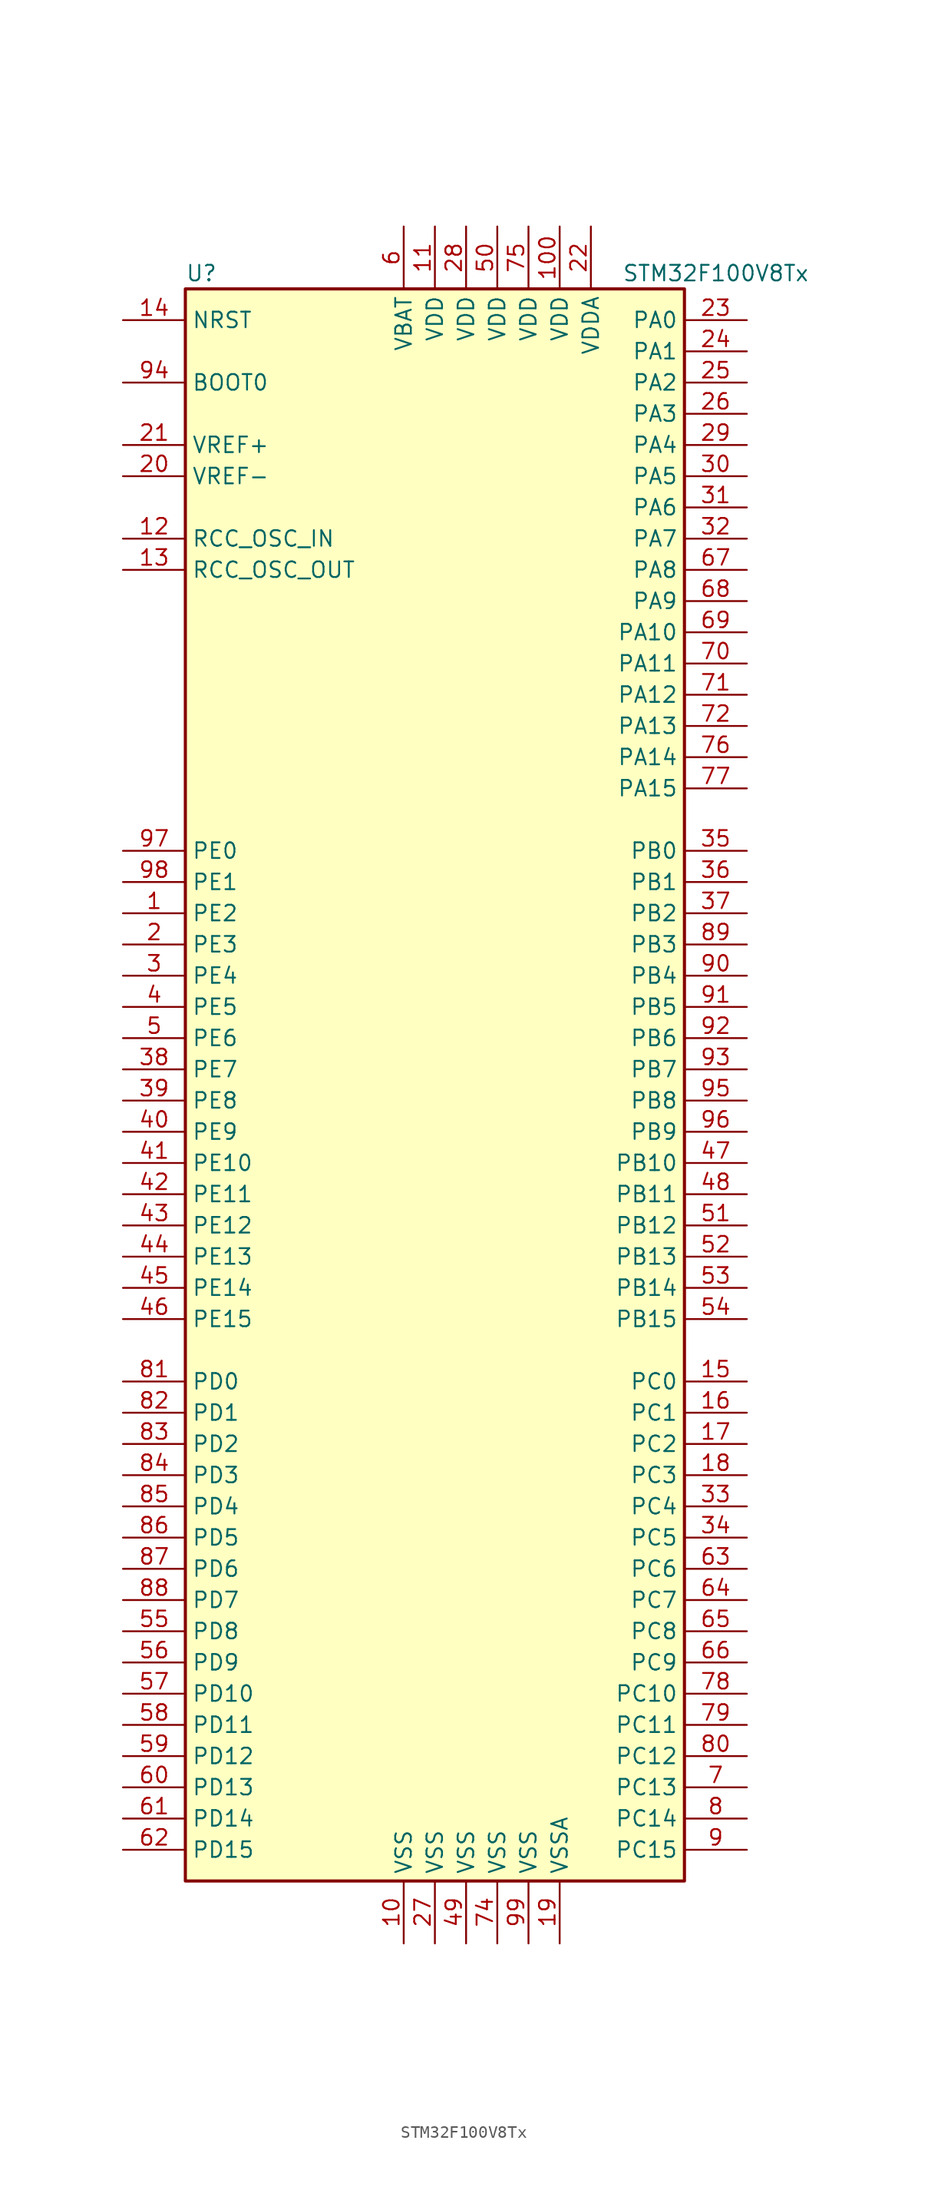
<source format=kicad_sym>
(kicad_symbol_lib
  (version 20201005)
  (generator kicad_symbol_editor)
  (symbol "STM32F100V8Tx"
    (property "Reference" "U"
      (at -20.32 64.77 0)
      (effects (font (size 1.27 1.27)) (justify left)))
    (property "Value" "STM32F100V8Tx"
      (at 15.24 64.77 0)
      (effects (font (size 1.27 1.27)) (justify left)))
    (symbol "STM32F100V8Tx_0_1"
      (rectangle (start -20.32 -66.04) (end 20.32 63.5) (stroke (width 0.254)) (fill (type background))))
    (symbol "STM32F100V8Tx_1_1"
      (pin bidirectional line (at -25.4 12.7 0) (length 5.08) (name "PE2" (effects (font (size 1.27 1.27)))) (number "1" (effects (font (size 1.27 1.27)))))
      (pin power_in line (at -2.54 -71.12 90) (length 5.08) (name "VSS" (effects (font (size 1.27 1.27)))) (number "10" (effects (font (size 1.27 1.27)))))
      (pin power_in line (at 10.16 68.58 270) (length 5.08) (name "VDD" (effects (font (size 1.27 1.27)))) (number "100" (effects (font (size 1.27 1.27)))))
      (pin power_in line (at 0 68.58 270) (length 5.08) (name "VDD" (effects (font (size 1.27 1.27)))) (number "11" (effects (font (size 1.27 1.27)))))
      (pin input line (at -25.4 43.18 0) (length 5.08) (name "RCC_OSC_IN" (effects (font (size 1.27 1.27)))) (number "12" (effects (font (size 1.27 1.27)))))
      (pin input line (at -25.4 40.64 0) (length 5.08) (name "RCC_OSC_OUT" (effects (font (size 1.27 1.27)))) (number "13" (effects (font (size 1.27 1.27)))))
      (pin input line (at -25.4 60.96 0) (length 5.08) (name "NRST" (effects (font (size 1.27 1.27)))) (number "14" (effects (font (size 1.27 1.27)))))
      (pin bidirectional line (at 25.4 -25.4 180) (length 5.08) (name "PC0" (effects (font (size 1.27 1.27)))) (number "15" (effects (font (size 1.27 1.27)))))
      (pin bidirectional line (at 25.4 -27.94 180) (length 5.08) (name "PC1" (effects (font (size 1.27 1.27)))) (number "16" (effects (font (size 1.27 1.27)))))
      (pin bidirectional line (at 25.4 -30.48 180) (length 5.08) (name "PC2" (effects (font (size 1.27 1.27)))) (number "17" (effects (font (size 1.27 1.27)))))
      (pin bidirectional line (at 25.4 -33.02 180) (length 5.08) (name "PC3" (effects (font (size 1.27 1.27)))) (number "18" (effects (font (size 1.27 1.27)))))
      (pin power_in line (at 10.16 -71.12 90) (length 5.08) (name "VSSA" (effects (font (size 1.27 1.27)))) (number "19" (effects (font (size 1.27 1.27)))))
      (pin bidirectional line (at -25.4 10.16 0) (length 5.08) (name "PE3" (effects (font (size 1.27 1.27)))) (number "2" (effects (font (size 1.27 1.27)))))
      (pin power_in line (at -25.4 48.26 0) (length 5.08) (name "VREF-" (effects (font (size 1.27 1.27)))) (number "20" (effects (font (size 1.27 1.27)))))
      (pin power_in line (at -25.4 50.8 0) (length 5.08) (name "VREF+" (effects (font (size 1.27 1.27)))) (number "21" (effects (font (size 1.27 1.27)))))
      (pin power_in line (at 12.7 68.58 270) (length 5.08) (name "VDDA" (effects (font (size 1.27 1.27)))) (number "22" (effects (font (size 1.27 1.27)))))
      (pin bidirectional line (at 25.4 60.96 180) (length 5.08) (name "PA0" (effects (font (size 1.27 1.27)))) (number "23" (effects (font (size 1.27 1.27)))))
      (pin bidirectional line (at 25.4 58.42 180) (length 5.08) (name "PA1" (effects (font (size 1.27 1.27)))) (number "24" (effects (font (size 1.27 1.27)))))
      (pin bidirectional line (at 25.4 55.88 180) (length 5.08) (name "PA2" (effects (font (size 1.27 1.27)))) (number "25" (effects (font (size 1.27 1.27)))))
      (pin bidirectional line (at 25.4 53.34 180) (length 5.08) (name "PA3" (effects (font (size 1.27 1.27)))) (number "26" (effects (font (size 1.27 1.27)))))
      (pin power_in line (at 0 -71.12 90) (length 5.08) (name "VSS" (effects (font (size 1.27 1.27)))) (number "27" (effects (font (size 1.27 1.27)))))
      (pin power_in line (at 2.54 68.58 270) (length 5.08) (name "VDD" (effects (font (size 1.27 1.27)))) (number "28" (effects (font (size 1.27 1.27)))))
      (pin bidirectional line (at 25.4 50.8 180) (length 5.08) (name "PA4" (effects (font (size 1.27 1.27)))) (number "29" (effects (font (size 1.27 1.27)))))
      (pin bidirectional line (at -25.4 7.62 0) (length 5.08) (name "PE4" (effects (font (size 1.27 1.27)))) (number "3" (effects (font (size 1.27 1.27)))))
      (pin bidirectional line (at 25.4 48.26 180) (length 5.08) (name "PA5" (effects (font (size 1.27 1.27)))) (number "30" (effects (font (size 1.27 1.27)))))
      (pin bidirectional line (at 25.4 45.72 180) (length 5.08) (name "PA6" (effects (font (size 1.27 1.27)))) (number "31" (effects (font (size 1.27 1.27)))))
      (pin bidirectional line (at 25.4 43.18 180) (length 5.08) (name "PA7" (effects (font (size 1.27 1.27)))) (number "32" (effects (font (size 1.27 1.27)))))
      (pin bidirectional line (at 25.4 -35.56 180) (length 5.08) (name "PC4" (effects (font (size 1.27 1.27)))) (number "33" (effects (font (size 1.27 1.27)))))
      (pin bidirectional line (at 25.4 -38.1 180) (length 5.08) (name "PC5" (effects (font (size 1.27 1.27)))) (number "34" (effects (font (size 1.27 1.27)))))
      (pin bidirectional line (at 25.4 17.78 180) (length 5.08) (name "PB0" (effects (font (size 1.27 1.27)))) (number "35" (effects (font (size 1.27 1.27)))))
      (pin bidirectional line (at 25.4 15.24 180) (length 5.08) (name "PB1" (effects (font (size 1.27 1.27)))) (number "36" (effects (font (size 1.27 1.27)))))
      (pin bidirectional line (at 25.4 12.7 180) (length 5.08) (name "PB2" (effects (font (size 1.27 1.27)))) (number "37" (effects (font (size 1.27 1.27)))))
      (pin bidirectional line (at -25.4 0 0) (length 5.08) (name "PE7" (effects (font (size 1.27 1.27)))) (number "38" (effects (font (size 1.27 1.27)))))
      (pin bidirectional line (at -25.4 -2.54 0) (length 5.08) (name "PE8" (effects (font (size 1.27 1.27)))) (number "39" (effects (font (size 1.27 1.27)))))
      (pin bidirectional line (at -25.4 5.08 0) (length 5.08) (name "PE5" (effects (font (size 1.27 1.27)))) (number "4" (effects (font (size 1.27 1.27)))))
      (pin bidirectional line (at -25.4 -5.08 0) (length 5.08) (name "PE9" (effects (font (size 1.27 1.27)))) (number "40" (effects (font (size 1.27 1.27)))))
      (pin bidirectional line (at -25.4 -7.62 0) (length 5.08) (name "PE10" (effects (font (size 1.27 1.27)))) (number "41" (effects (font (size 1.27 1.27)))))
      (pin bidirectional line (at -25.4 -10.16 0) (length 5.08) (name "PE11" (effects (font (size 1.27 1.27)))) (number "42" (effects (font (size 1.27 1.27)))))
      (pin bidirectional line (at -25.4 -12.7 0) (length 5.08) (name "PE12" (effects (font (size 1.27 1.27)))) (number "43" (effects (font (size 1.27 1.27)))))
      (pin bidirectional line (at -25.4 -15.24 0) (length 5.08) (name "PE13" (effects (font (size 1.27 1.27)))) (number "44" (effects (font (size 1.27 1.27)))))
      (pin bidirectional line (at -25.4 -17.78 0) (length 5.08) (name "PE14" (effects (font (size 1.27 1.27)))) (number "45" (effects (font (size 1.27 1.27)))))
      (pin bidirectional line (at -25.4 -20.32 0) (length 5.08) (name "PE15" (effects (font (size 1.27 1.27)))) (number "46" (effects (font (size 1.27 1.27)))))
      (pin bidirectional line (at 25.4 -7.62 180) (length 5.08) (name "PB10" (effects (font (size 1.27 1.27)))) (number "47" (effects (font (size 1.27 1.27)))))
      (pin bidirectional line (at 25.4 -10.16 180) (length 5.08) (name "PB11" (effects (font (size 1.27 1.27)))) (number "48" (effects (font (size 1.27 1.27)))))
      (pin power_in line (at 2.54 -71.12 90) (length 5.08) (name "VSS" (effects (font (size 1.27 1.27)))) (number "49" (effects (font (size 1.27 1.27)))))
      (pin bidirectional line (at -25.4 2.54 0) (length 5.08) (name "PE6" (effects (font (size 1.27 1.27)))) (number "5" (effects (font (size 1.27 1.27)))))
      (pin power_in line (at 5.08 68.58 270) (length 5.08) (name "VDD" (effects (font (size 1.27 1.27)))) (number "50" (effects (font (size 1.27 1.27)))))
      (pin bidirectional line (at 25.4 -12.7 180) (length 5.08) (name "PB12" (effects (font (size 1.27 1.27)))) (number "51" (effects (font (size 1.27 1.27)))))
      (pin bidirectional line (at 25.4 -15.24 180) (length 5.08) (name "PB13" (effects (font (size 1.27 1.27)))) (number "52" (effects (font (size 1.27 1.27)))))
      (pin bidirectional line (at 25.4 -17.78 180) (length 5.08) (name "PB14" (effects (font (size 1.27 1.27)))) (number "53" (effects (font (size 1.27 1.27)))))
      (pin bidirectional line (at 25.4 -20.32 180) (length 5.08) (name "PB15" (effects (font (size 1.27 1.27)))) (number "54" (effects (font (size 1.27 1.27)))))
      (pin bidirectional line (at -25.4 -45.72 0) (length 5.08) (name "PD8" (effects (font (size 1.27 1.27)))) (number "55" (effects (font (size 1.27 1.27)))))
      (pin bidirectional line (at -25.4 -48.26 0) (length 5.08) (name "PD9" (effects (font (size 1.27 1.27)))) (number "56" (effects (font (size 1.27 1.27)))))
      (pin bidirectional line (at -25.4 -50.8 0) (length 5.08) (name "PD10" (effects (font (size 1.27 1.27)))) (number "57" (effects (font (size 1.27 1.27)))))
      (pin bidirectional line (at -25.4 -53.34 0) (length 5.08) (name "PD11" (effects (font (size 1.27 1.27)))) (number "58" (effects (font (size 1.27 1.27)))))
      (pin bidirectional line (at -25.4 -55.88 0) (length 5.08) (name "PD12" (effects (font (size 1.27 1.27)))) (number "59" (effects (font (size 1.27 1.27)))))
      (pin power_in line (at -2.54 68.58 270) (length 5.08) (name "VBAT" (effects (font (size 1.27 1.27)))) (number "6" (effects (font (size 1.27 1.27)))))
      (pin bidirectional line (at -25.4 -58.42 0) (length 5.08) (name "PD13" (effects (font (size 1.27 1.27)))) (number "60" (effects (font (size 1.27 1.27)))))
      (pin bidirectional line (at -25.4 -60.96 0) (length 5.08) (name "PD14" (effects (font (size 1.27 1.27)))) (number "61" (effects (font (size 1.27 1.27)))))
      (pin bidirectional line (at -25.4 -63.5 0) (length 5.08) (name "PD15" (effects (font (size 1.27 1.27)))) (number "62" (effects (font (size 1.27 1.27)))))
      (pin bidirectional line (at 25.4 -40.64 180) (length 5.08) (name "PC6" (effects (font (size 1.27 1.27)))) (number "63" (effects (font (size 1.27 1.27)))))
      (pin bidirectional line (at 25.4 -43.18 180) (length 5.08) (name "PC7" (effects (font (size 1.27 1.27)))) (number "64" (effects (font (size 1.27 1.27)))))
      (pin bidirectional line (at 25.4 -45.72 180) (length 5.08) (name "PC8" (effects (font (size 1.27 1.27)))) (number "65" (effects (font (size 1.27 1.27)))))
      (pin bidirectional line (at 25.4 -48.26 180) (length 5.08) (name "PC9" (effects (font (size 1.27 1.27)))) (number "66" (effects (font (size 1.27 1.27)))))
      (pin bidirectional line (at 25.4 40.64 180) (length 5.08) (name "PA8" (effects (font (size 1.27 1.27)))) (number "67" (effects (font (size 1.27 1.27)))))
      (pin bidirectional line (at 25.4 38.1 180) (length 5.08) (name "PA9" (effects (font (size 1.27 1.27)))) (number "68" (effects (font (size 1.27 1.27)))))
      (pin bidirectional line (at 25.4 35.56 180) (length 5.08) (name "PA10" (effects (font (size 1.27 1.27)))) (number "69" (effects (font (size 1.27 1.27)))))
      (pin bidirectional line (at 25.4 -58.42 180) (length 5.08) (name "PC13" (effects (font (size 1.27 1.27)))) (number "7" (effects (font (size 1.27 1.27)))))
      (pin bidirectional line (at 25.4 33.02 180) (length 5.08) (name "PA11" (effects (font (size 1.27 1.27)))) (number "70" (effects (font (size 1.27 1.27)))))
      (pin bidirectional line (at 25.4 30.48 180) (length 5.08) (name "PA12" (effects (font (size 1.27 1.27)))) (number "71" (effects (font (size 1.27 1.27)))))
      (pin bidirectional line (at 25.4 27.94 180) (length 5.08) (name "PA13" (effects (font (size 1.27 1.27)))) (number "72" (effects (font (size 1.27 1.27)))))
      (pin no_connect line (at -20.32 -63.5 0) (length 5.08) hide (name "NC" (effects (font (size 1.27 1.27)))) (number "73" (effects (font (size 1.27 1.27)))))
      (pin power_in line (at 5.08 -71.12 90) (length 5.08) (name "VSS" (effects (font (size 1.27 1.27)))) (number "74" (effects (font (size 1.27 1.27)))))
      (pin power_in line (at 7.62 68.58 270) (length 5.08) (name "VDD" (effects (font (size 1.27 1.27)))) (number "75" (effects (font (size 1.27 1.27)))))
      (pin bidirectional line (at 25.4 25.4 180) (length 5.08) (name "PA14" (effects (font (size 1.27 1.27)))) (number "76" (effects (font (size 1.27 1.27)))))
      (pin bidirectional line (at 25.4 22.86 180) (length 5.08) (name "PA15" (effects (font (size 1.27 1.27)))) (number "77" (effects (font (size 1.27 1.27)))))
      (pin bidirectional line (at 25.4 -50.8 180) (length 5.08) (name "PC10" (effects (font (size 1.27 1.27)))) (number "78" (effects (font (size 1.27 1.27)))))
      (pin bidirectional line (at 25.4 -53.34 180) (length 5.08) (name "PC11" (effects (font (size 1.27 1.27)))) (number "79" (effects (font (size 1.27 1.27)))))
      (pin bidirectional line (at 25.4 -60.96 180) (length 5.08) (name "PC14" (effects (font (size 1.27 1.27)))) (number "8" (effects (font (size 1.27 1.27)))))
      (pin bidirectional line (at 25.4 -55.88 180) (length 5.08) (name "PC12" (effects (font (size 1.27 1.27)))) (number "80" (effects (font (size 1.27 1.27)))))
      (pin bidirectional line (at -25.4 -25.4 0) (length 5.08) (name "PD0" (effects (font (size 1.27 1.27)))) (number "81" (effects (font (size 1.27 1.27)))))
      (pin bidirectional line (at -25.4 -27.94 0) (length 5.08) (name "PD1" (effects (font (size 1.27 1.27)))) (number "82" (effects (font (size 1.27 1.27)))))
      (pin bidirectional line (at -25.4 -30.48 0) (length 5.08) (name "PD2" (effects (font (size 1.27 1.27)))) (number "83" (effects (font (size 1.27 1.27)))))
      (pin bidirectional line (at -25.4 -33.02 0) (length 5.08) (name "PD3" (effects (font (size 1.27 1.27)))) (number "84" (effects (font (size 1.27 1.27)))))
      (pin bidirectional line (at -25.4 -35.56 0) (length 5.08) (name "PD4" (effects (font (size 1.27 1.27)))) (number "85" (effects (font (size 1.27 1.27)))))
      (pin bidirectional line (at -25.4 -38.1 0) (length 5.08) (name "PD5" (effects (font (size 1.27 1.27)))) (number "86" (effects (font (size 1.27 1.27)))))
      (pin bidirectional line (at -25.4 -40.64 0) (length 5.08) (name "PD6" (effects (font (size 1.27 1.27)))) (number "87" (effects (font (size 1.27 1.27)))))
      (pin bidirectional line (at -25.4 -43.18 0) (length 5.08) (name "PD7" (effects (font (size 1.27 1.27)))) (number "88" (effects (font (size 1.27 1.27)))))
      (pin bidirectional line (at 25.4 10.16 180) (length 5.08) (name "PB3" (effects (font (size 1.27 1.27)))) (number "89" (effects (font (size 1.27 1.27)))))
      (pin bidirectional line (at 25.4 -63.5 180) (length 5.08) (name "PC15" (effects (font (size 1.27 1.27)))) (number "9" (effects (font (size 1.27 1.27)))))
      (pin bidirectional line (at 25.4 7.62 180) (length 5.08) (name "PB4" (effects (font (size 1.27 1.27)))) (number "90" (effects (font (size 1.27 1.27)))))
      (pin bidirectional line (at 25.4 5.08 180) (length 5.08) (name "PB5" (effects (font (size 1.27 1.27)))) (number "91" (effects (font (size 1.27 1.27)))))
      (pin bidirectional line (at 25.4 2.54 180) (length 5.08) (name "PB6" (effects (font (size 1.27 1.27)))) (number "92" (effects (font (size 1.27 1.27)))))
      (pin bidirectional line (at 25.4 0 180) (length 5.08) (name "PB7" (effects (font (size 1.27 1.27)))) (number "93" (effects (font (size 1.27 1.27)))))
      (pin input line (at -25.4 55.88 0) (length 5.08) (name "BOOT0" (effects (font (size 1.27 1.27)))) (number "94" (effects (font (size 1.27 1.27)))))
      (pin bidirectional line (at 25.4 -2.54 180) (length 5.08) (name "PB8" (effects (font (size 1.27 1.27)))) (number "95" (effects (font (size 1.27 1.27)))))
      (pin bidirectional line (at 25.4 -5.08 180) (length 5.08) (name "PB9" (effects (font (size 1.27 1.27)))) (number "96" (effects (font (size 1.27 1.27)))))
      (pin bidirectional line (at -25.4 17.78 0) (length 5.08) (name "PE0" (effects (font (size 1.27 1.27)))) (number "97" (effects (font (size 1.27 1.27)))))
      (pin bidirectional line (at -25.4 15.24 0) (length 5.08) (name "PE1" (effects (font (size 1.27 1.27)))) (number "98" (effects (font (size 1.27 1.27)))))
      (pin power_in line (at 7.62 -71.12 90) (length 5.08) (name "VSS" (effects (font (size 1.27 1.27)))) (number "99" (effects (font (size 1.27 1.27))))))))
</source>
